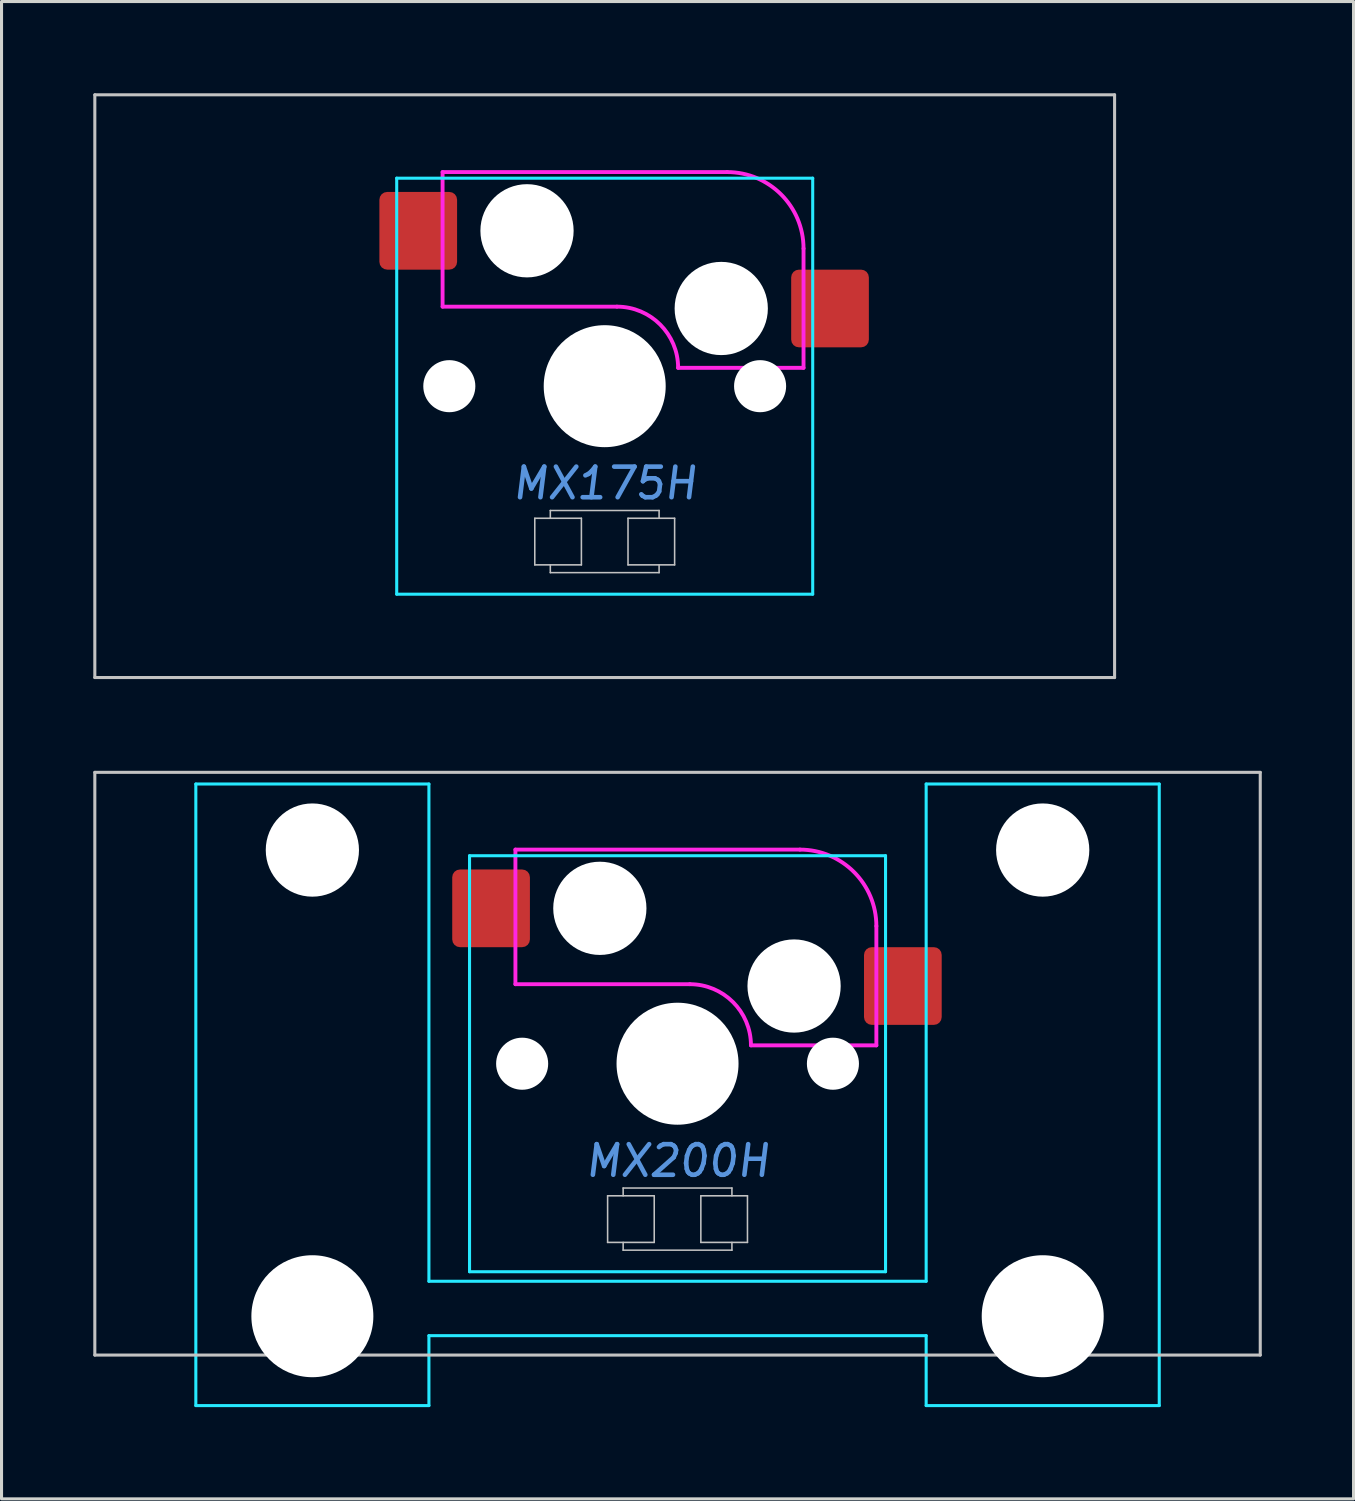
<source format=kicad_pcb>
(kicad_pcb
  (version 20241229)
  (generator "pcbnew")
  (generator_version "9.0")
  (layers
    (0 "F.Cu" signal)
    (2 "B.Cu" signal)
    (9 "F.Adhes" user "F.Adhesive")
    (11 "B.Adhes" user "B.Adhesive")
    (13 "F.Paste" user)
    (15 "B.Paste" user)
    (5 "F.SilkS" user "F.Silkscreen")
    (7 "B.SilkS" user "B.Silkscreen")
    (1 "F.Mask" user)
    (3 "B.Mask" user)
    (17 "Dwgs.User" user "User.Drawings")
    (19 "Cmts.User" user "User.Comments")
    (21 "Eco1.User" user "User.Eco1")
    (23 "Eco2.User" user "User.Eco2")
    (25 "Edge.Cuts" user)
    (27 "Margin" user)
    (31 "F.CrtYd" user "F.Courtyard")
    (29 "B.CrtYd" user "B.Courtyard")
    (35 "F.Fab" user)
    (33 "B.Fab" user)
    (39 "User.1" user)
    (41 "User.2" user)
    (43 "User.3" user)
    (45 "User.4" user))
  (footprint "MX175H"
    (layer "F.Cu")
    (at 16.719 9.575)
    (property "Reference" "MX175H" (at 0 3.175 0) (layer "Cmts.User") (effects (font (size 1 1) (thickness 0.15) (italic yes))))
    (attr smd)
    (fp_line (start -16.669 -9.525) (end -16.669 9.525) (stroke (width 0.1) (type solid)) (layer "Dwgs.User"))
    (fp_line (start -16.669 -9.525) (end 16.669 -9.525) (stroke (width 0.1) (type solid)) (layer "Dwgs.User"))
    (fp_line (start -16.669 9.525) (end 16.669 9.525) (stroke (width 0.1) (type solid)) (layer "Dwgs.User"))
    (fp_line (start -2.286 4.318) (end -2.286 5.842) (stroke (width 0.051) (type solid)) (layer "Dwgs.User"))
    (fp_line (start -2.286 5.842) (end -0.762 5.842) (stroke (width 0.051) (type solid)) (layer "Dwgs.User"))
    (fp_line (start -1.778 4.064) (end -1.778 4.318) (stroke (width 0.051) (type solid)) (layer "Dwgs.User"))
    (fp_line (start -1.778 6.096) (end -1.778 5.842) (stroke (width 0.051) (type solid)) (layer "Dwgs.User"))
    (fp_line (start -1.778 6.096) (end 1.778 6.096) (stroke (width 0.051) (type solid)) (layer "Dwgs.User"))
    (fp_line (start -0.762 4.318) (end -2.286 4.318) (stroke (width 0.051) (type solid)) (layer "Dwgs.User"))
    (fp_line (start -0.762 5.842) (end -0.762 4.318) (stroke (width 0.051) (type solid)) (layer "Dwgs.User"))
    (fp_line (start 0.762 4.318) (end 2.286 4.318) (stroke (width 0.051) (type solid)) (layer "Dwgs.User"))
    (fp_line (start 0.762 5.842) (end 0.762 4.318) (stroke (width 0.051) (type solid)) (layer "Dwgs.User"))
    (fp_line (start 1.778 4.064) (end -1.778 4.064) (stroke (width 0.051) (type solid)) (layer "Dwgs.User"))
    (fp_line (start 1.778 4.318) (end 1.778 4.064) (stroke (width 0.051) (type solid)) (layer "Dwgs.User"))
    (fp_line (start 1.778 6.096) (end 1.778 5.842) (stroke (width 0.051) (type solid)) (layer "Dwgs.User"))
    (fp_line (start 2.286 4.318) (end 2.286 5.842) (stroke (width 0.051) (type solid)) (layer "Dwgs.User"))
    (fp_line (start 2.286 5.842) (end 0.762 5.842) (stroke (width 0.051) (type solid)) (layer "Dwgs.User"))
    (fp_line (start 16.669 9.525) (end 16.669 -9.525) (stroke (width 0.1) (type solid)) (layer "Dwgs.User"))
    (fp_line (start -7 6.5) (end -7 -6.5) (stroke (width 0.1) (type solid)) (layer "Eco1.User"))
    (fp_line (start -6.5 -7) (end 6.5 -7) (stroke (width 0.1) (type solid)) (layer "Eco1.User"))
    (fp_line (start 6.5 7) (end -6.5 7) (stroke (width 0.1) (type solid)) (layer "Eco1.User"))
    (fp_line (start 7 -6.5) (end 7 6.5) (stroke (width 0.1) (type solid)) (layer "Eco1.User"))
    (fp_arc (start -7 -6.5) (mid -6.853553 -6.853553) (end -6.5 -7) (stroke (width 0.1) (type solid)) (layer "Eco1.User"))
    (fp_arc (start -6.5 7) (mid -6.853553 6.853553) (end -7 6.5) (stroke (width 0.1) (type solid)) (layer "Eco1.User"))
    (fp_arc (start 6.5 -7) (mid 6.853553 -6.853553) (end 7 -6.5) (stroke (width 0.1) (type solid)) (layer "Eco1.User"))
    (fp_arc (start 7 6.5) (mid 6.853553 6.853553) (end 6.5 7) (stroke (width 0.1) (type solid)) (layer "Eco1.User"))
    (fp_line (start -6.8 -6.8) (end -6.8 6.8) (stroke (width 0.1) (type solid)) (layer "B.CrtYd"))
    (fp_line (start -6.8 -6.8) (end 6.8 -6.8) (stroke (width 0.1) (type solid)) (layer "B.CrtYd"))
    (fp_line (start 6.8 6.8) (end -6.8 6.8) (stroke (width 0.1) (type solid)) (layer "B.CrtYd"))
    (fp_line (start 6.8 6.8) (end 6.8 -6.8) (stroke (width 0.1) (type solid)) (layer "B.CrtYd"))
    (fp_line (start -5.3 -7) (end -5.3 -2.6) (stroke (width 0.127) (type solid)) (layer "F.CrtYd"))
    (fp_line (start -5.3 -7) (end 4 -7) (stroke (width 0.127) (type solid)) (layer "F.CrtYd"))
    (fp_line (start 0.4 -2.6) (end -5.3 -2.6) (stroke (width 0.127) (type solid)) (layer "F.CrtYd"))
    (fp_line (start 6.5 -4.5) (end 6.5 -0.6) (stroke (width 0.127) (type solid)) (layer "F.CrtYd"))
    (fp_line (start 6.5 -0.6) (end 2.4 -0.6) (stroke (width 0.127) (type solid)) (layer "F.CrtYd"))
    (fp_arc (start 0.4 -2.6) (mid 1.814214 -2.014214) (end 2.4 -0.6) (stroke (width 0.127) (type solid)) (layer "F.CrtYd"))
    (fp_arc (start 4 -7) (mid 5.767767 -6.267767) (end 6.5 -4.5) (stroke (width 0.127) (type solid)) (layer "F.CrtYd"))
    (pad "" np_thru_hole circle (at -5.08 0) (size 1.702 1.702) (drill 1.702) (layers "*.Cu" "*.Mask"))
    (pad "" np_thru_hole circle (at -2.54 -5.08) (size 3.048 3.048) (drill 3.048) (layers "*.Cu" "*.Mask"))
    (pad "" np_thru_hole circle (at 0 0) (size 3.988 3.988) (drill 3.988) (layers "*.Cu" "*.Mask"))
    (pad "" np_thru_hole circle (at 3.81 -2.54 90) (size 3.048 3.048) (drill 3.048) (layers "*.Cu" "*.Mask"))
    (pad "" np_thru_hole circle (at 5.08 0) (size 1.702 1.702) (drill 1.702) (layers "*.Cu" "*.Mask"))
    (pad "1" smd roundrect (at -6.096 -5.08) (size 2.54 2.54) (layers "F.Cu" "F.Mask") (roundrect_rratio 0.1))
    (pad "2" smd roundrect (at 7.366 -2.54) (size 2.54 2.54) (layers "F.Cu" "F.Mask") (roundrect_rratio 0.1)))
  (footprint "MX200H"
    (layer "F.Cu")
    (at 19.1 31.725)
    (property "Reference" "MX200H" (at 0 3.175 0) (layer "Cmts.User") (effects (font (size 1 1) (thickness 0.15) (italic yes))))
    (attr smd)
    (fp_line (start -19.05 -9.525) (end -19.05 9.525) (stroke (width 0.1) (type solid)) (layer "Dwgs.User"))
    (fp_line (start -19.05 -9.525) (end 19.05 -9.525) (stroke (width 0.1) (type solid)) (layer "Dwgs.User"))
    (fp_line (start -19.05 9.525) (end 19.05 9.525) (stroke (width 0.1) (type solid)) (layer "Dwgs.User"))
    (fp_line (start -2.286 4.318) (end -0.762 4.318) (stroke (width 0.051) (type solid)) (layer "Dwgs.User"))
    (fp_line (start -2.286 5.842) (end -2.286 4.318) (stroke (width 0.051) (type solid)) (layer "Dwgs.User"))
    (fp_line (start -1.778 4.064) (end 1.778 4.064) (stroke (width 0.051) (type solid)) (layer "Dwgs.User"))
    (fp_line (start -1.778 4.318) (end -1.778 4.064) (stroke (width 0.051) (type solid)) (layer "Dwgs.User"))
    (fp_line (start -1.778 6.096) (end -1.778 5.842) (stroke (width 0.051) (type solid)) (layer "Dwgs.User"))
    (fp_line (start -0.762 4.318) (end -0.762 5.842) (stroke (width 0.051) (type solid)) (layer "Dwgs.User"))
    (fp_line (start -0.762 5.842) (end -2.286 5.842) (stroke (width 0.051) (type solid)) (layer "Dwgs.User"))
    (fp_line (start 0.762 4.318) (end 2.286 4.318) (stroke (width 0.051) (type solid)) (layer "Dwgs.User"))
    (fp_line (start 0.762 5.842) (end 0.762 4.318) (stroke (width 0.051) (type solid)) (layer "Dwgs.User"))
    (fp_line (start 1.778 4.064) (end 1.778 4.318) (stroke (width 0.051) (type solid)) (layer "Dwgs.User"))
    (fp_line (start 1.778 5.842) (end 1.778 6.096) (stroke (width 0.051) (type solid)) (layer "Dwgs.User"))
    (fp_line (start 1.778 6.096) (end -1.778 6.096) (stroke (width 0.051) (type solid)) (layer "Dwgs.User"))
    (fp_line (start 2.286 4.318) (end 2.286 5.842) (stroke (width 0.051) (type solid)) (layer "Dwgs.User"))
    (fp_line (start 2.286 5.842) (end 0.762 5.842) (stroke (width 0.051) (type solid)) (layer "Dwgs.User"))
    (fp_line (start 19.05 -9.525) (end 19.05 9.525) (stroke (width 0.1) (type solid)) (layer "Dwgs.User"))
    (fp_line (start -15.438 -5.485) (end -15.438 8.515) (stroke (width 0.1) (type solid)) (layer "Eco1.User"))
    (fp_line (start -14.938 -5.985) (end -8.938 -5.985) (stroke (width 0.1) (type solid)) (layer "Eco1.User"))
    (fp_line (start -8.938 9.015) (end -14.938 9.015) (stroke (width 0.1) (type solid)) (layer "Eco1.User"))
    (fp_line (start -8.438 8.515) (end -8.438 -5.485) (stroke (width 0.1) (type solid)) (layer "Eco1.User"))
    (fp_line (start -7 -6.5) (end -7 6.5) (stroke (width 0.1) (type solid)) (layer "Eco1.User"))
    (fp_line (start -6.5 7) (end 6.5 7) (stroke (width 0.1) (type solid)) (layer "Eco1.User"))
    (fp_line (start 6.5 -7) (end -6.5 -7) (stroke (width 0.1) (type solid)) (layer "Eco1.User"))
    (fp_line (start 7 6.5) (end 7 -6.5) (stroke (width 0.1) (type solid)) (layer "Eco1.User"))
    (fp_line (start 8.438 -5.485) (end 8.438 8.515) (stroke (width 0.1) (type solid)) (layer "Eco1.User"))
    (fp_line (start 8.938 -5.985) (end 14.938 -5.985) (stroke (width 0.1) (type solid)) (layer "Eco1.User"))
    (fp_line (start 14.938 9.015) (end 8.938 9.015) (stroke (width 0.1) (type solid)) (layer "Eco1.User"))
    (fp_line (start 15.438 8.515) (end 15.438 -5.485) (stroke (width 0.1) (type solid)) (layer "Eco1.User"))
    (fp_arc (start -15.438 -5.485) (mid -15.291553 -5.838553) (end -14.938 -5.985) (stroke (width 0.1) (type solid)) (layer "Eco1.User"))
    (fp_arc (start -14.938 9.015) (mid -15.291553 8.868553) (end -15.438 8.515) (stroke (width 0.1) (type solid)) (layer "Eco1.User"))
    (fp_arc (start -8.938 -5.985) (mid -8.584447 -5.838553) (end -8.438 -5.485) (stroke (width 0.1) (type solid)) (layer "Eco1.User"))
    (fp_arc (start -8.438 8.515) (mid -8.584447 8.868553) (end -8.938 9.015) (stroke (width 0.1) (type solid)) (layer "Eco1.User"))
    (fp_arc (start -7 -6.5) (mid -6.853553 -6.853553) (end -6.5 -7) (stroke (width 0.1) (type solid)) (layer "Eco1.User"))
    (fp_arc (start -6.5 7) (mid -6.853553 6.853553) (end -7 6.5) (stroke (width 0.1) (type solid)) (layer "Eco1.User"))
    (fp_arc (start 6.5 -7) (mid 6.853553 -6.853553) (end 7 -6.5) (stroke (width 0.1) (type solid)) (layer "Eco1.User"))
    (fp_arc (start 7 6.5) (mid 6.853553 6.853553) (end 6.5 7) (stroke (width 0.1) (type solid)) (layer "Eco1.User"))
    (fp_arc (start 8.438 -5.485) (mid 8.584447 -5.838553) (end 8.938 -5.985) (stroke (width 0.1) (type solid)) (layer "Eco1.User"))
    (fp_arc (start 8.938 9.015) (mid 8.584447 8.868553) (end 8.438 8.515) (stroke (width 0.1) (type solid)) (layer "Eco1.User"))
    (fp_arc (start 14.938 -5.985) (mid 15.291553 -5.838553) (end 15.438 -5.485) (stroke (width 0.1) (type solid)) (layer "Eco1.User"))
    (fp_arc (start 15.438 8.515) (mid 15.291553 8.868553) (end 14.938 9.015) (stroke (width 0.1) (type solid)) (layer "Eco1.User"))
    (fp_line (start -15.748 -9.144) (end -15.748 11.176) (stroke (width 0.1) (type solid)) (layer "B.CrtYd"))
    (fp_line (start -15.748 11.176) (end -8.128 11.176) (stroke (width 0.1) (type solid)) (layer "B.CrtYd"))
    (fp_line (start -8.128 -9.144) (end -15.748 -9.144) (stroke (width 0.1) (type solid)) (layer "B.CrtYd"))
    (fp_line (start -8.128 7.112) (end -8.128 -9.144) (stroke (width 0.1) (type solid)) (layer "B.CrtYd"))
    (fp_line (start -8.128 7.112) (end 8.128 7.112) (stroke (width 0.1) (type solid)) (layer "B.CrtYd"))
    (fp_line (start -8.128 8.89) (end -8.128 11.176) (stroke (width 0.1) (type solid)) (layer "B.CrtYd"))
    (fp_line (start -8.128 8.89) (end 8.128 8.89) (stroke (width 0.1) (type solid)) (layer "B.CrtYd"))
    (fp_line (start -6.8 -6.8) (end -6.8 6.8) (stroke (width 0.1) (type solid)) (layer "B.CrtYd"))
    (fp_line (start 6.8 -6.8) (end -6.8 -6.8) (stroke (width 0.1) (type solid)) (layer "B.CrtYd"))
    (fp_line (start 6.8 -6.8) (end 6.8 6.8) (stroke (width 0.1) (type solid)) (layer "B.CrtYd"))
    (fp_line (start 6.8 6.8) (end -6.8 6.8) (stroke (width 0.1) (type solid)) (layer "B.CrtYd"))
    (fp_line (start 8.128 7.112) (end 8.128 -9.144) (stroke (width 0.1) (type solid)) (layer "B.CrtYd"))
    (fp_line (start 8.128 8.89) (end 8.128 11.176) (stroke (width 0.1) (type solid)) (layer "B.CrtYd"))
    (fp_line (start 8.128 11.176) (end 15.748 11.176) (stroke (width 0.1) (type solid)) (layer "B.CrtYd"))
    (fp_line (start 15.748 -9.144) (end 8.128 -9.144) (stroke (width 0.1) (type solid)) (layer "B.CrtYd"))
    (fp_line (start 15.748 11.176) (end 15.748 -9.144) (stroke (width 0.1) (type solid)) (layer "B.CrtYd"))
    (fp_line (start -5.3 -7) (end -5.3 -2.6) (stroke (width 0.127) (type solid)) (layer "F.CrtYd"))
    (fp_line (start -5.3 -7) (end 4 -7) (stroke (width 0.127) (type solid)) (layer "F.CrtYd"))
    (fp_line (start 0.4 -2.6) (end -5.3 -2.6) (stroke (width 0.127) (type solid)) (layer "F.CrtYd"))
    (fp_line (start 6.5 -4.5) (end 6.5 -0.6) (stroke (width 0.127) (type solid)) (layer "F.CrtYd"))
    (fp_line (start 6.5 -0.6) (end 2.4 -0.6) (stroke (width 0.127) (type solid)) (layer "F.CrtYd"))
    (fp_arc (start 0.4 -2.6) (mid 1.814214 -2.014214) (end 2.4 -0.6) (stroke (width 0.127) (type solid)) (layer "F.CrtYd"))
    (fp_arc (start 4 -7) (mid 5.767767 -6.267767) (end 6.5 -4.5) (stroke (width 0.127) (type solid)) (layer "F.CrtYd"))
    (pad "" np_thru_hole circle (at -11.938 -6.985) (size 3.048 3.048) (drill 3.048) (layers "*.Cu" "*.Mask"))
    (pad "" np_thru_hole circle (at -11.938 8.255) (size 3.988 3.988) (drill 3.988) (layers "*.Cu" "*.Mask"))
    (pad "" np_thru_hole circle (at -5.08 0) (size 1.702 1.702) (drill 1.702) (layers "*.Cu" "*.Mask"))
    (pad "" np_thru_hole circle (at -2.54 -5.08) (size 3.048 3.048) (drill 3.048) (layers "*.Cu" "*.Mask"))
    (pad "" np_thru_hole circle (at 0 0) (size 3.988 3.988) (drill 3.988) (layers "*.Cu" "*.Mask"))
    (pad "" np_thru_hole circle (at 3.81 -2.54) (size 3.048 3.048) (drill 3.048) (layers "*.Cu" "*.Mask"))
    (pad "" np_thru_hole circle (at 5.08 0) (size 1.702 1.702) (drill 1.702) (layers "*.Cu" "*.Mask"))
    (pad "" np_thru_hole circle (at 11.938 -6.985) (size 3.048 3.048) (drill 3.048) (layers "*.Cu" "*.Mask"))
    (pad "" np_thru_hole circle (at 11.938 8.255) (size 3.988 3.988) (drill 3.988) (layers "*.Cu" "*.Mask"))
    (pad "1" smd roundrect (at -6.096 -5.08) (size 2.54 2.54) (layers "F.Cu" "F.Mask") (roundrect_rratio 0.1))
    (pad "2" smd roundrect (at 7.366 -2.54) (size 2.54 2.54) (layers "F.Cu" "F.Mask") (roundrect_rratio 0.1)))
  (gr_rect
    (start -3 -3)
    (end 41.2 45.951)
    (stroke (width 0.1) (type default))
    (fill no)
    (layer "Edge.Cuts")))
</source>
